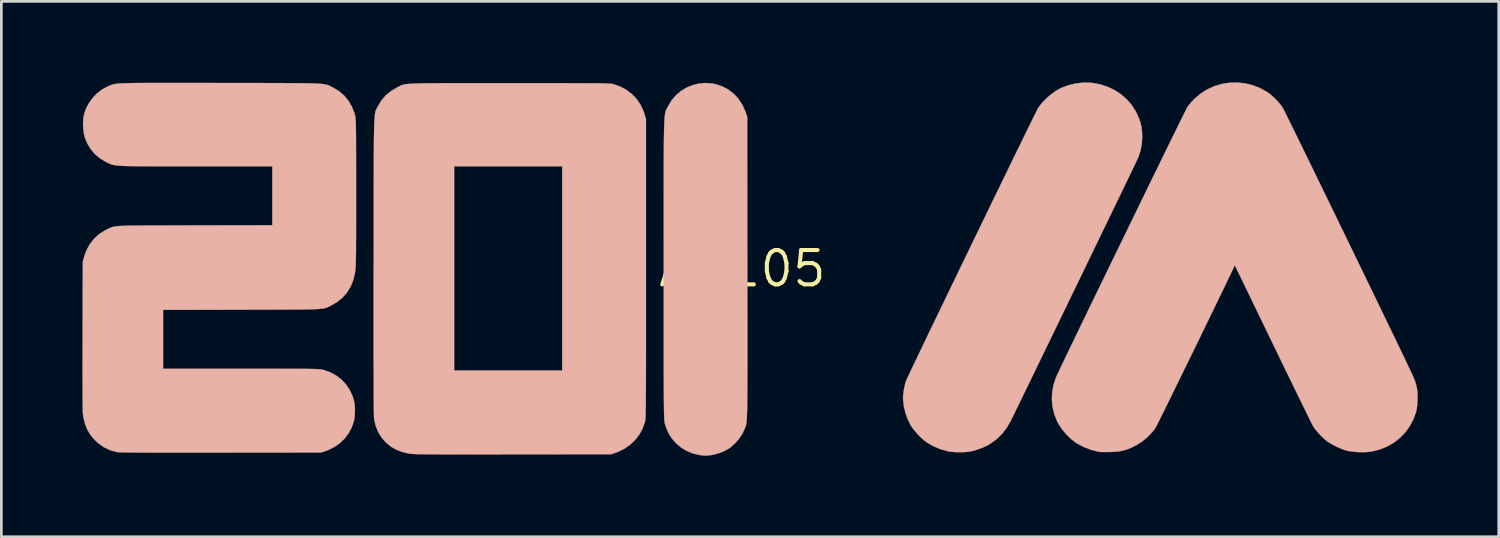
<source format=kicad_pcb>
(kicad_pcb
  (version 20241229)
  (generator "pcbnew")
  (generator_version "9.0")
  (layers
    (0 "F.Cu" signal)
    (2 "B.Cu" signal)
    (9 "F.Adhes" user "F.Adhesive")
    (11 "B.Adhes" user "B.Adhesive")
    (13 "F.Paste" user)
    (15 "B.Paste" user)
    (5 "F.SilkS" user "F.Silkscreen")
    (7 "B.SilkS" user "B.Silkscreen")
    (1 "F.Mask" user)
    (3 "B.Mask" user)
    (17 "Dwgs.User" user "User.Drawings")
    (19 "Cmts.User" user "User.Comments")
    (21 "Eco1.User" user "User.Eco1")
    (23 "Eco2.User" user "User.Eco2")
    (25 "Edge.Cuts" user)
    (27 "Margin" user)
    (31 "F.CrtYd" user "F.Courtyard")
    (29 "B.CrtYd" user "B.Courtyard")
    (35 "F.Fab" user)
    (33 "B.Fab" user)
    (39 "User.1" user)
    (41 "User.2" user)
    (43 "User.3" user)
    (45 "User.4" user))
  (footprint "AM105"
    (layer "F.Cu")
    (at 24.429 6.896)
    (property "Reference" "AM105" (at 0 0 0) (layer "F.SilkS") (effects (font (size 1.27 1.27) (thickness 0.15))))
    (attr through_hole)
    (fp_poly (pts (xy -1.121 -6.856) (xy -0.964 -6.824) (xy -0.725 -6.741) (xy -0.507 -6.622) (xy -0.313 -6.47) (xy -0.144 -6.286) (xy -0.003 -6.073) (xy 0.107 -5.832) (xy 0.13 -5.768) (xy 0.18 -5.62) (xy 0.185 -0.047) (xy 0.186 0.533) (xy 0.187 1.073) (xy 0.187 1.574) (xy 0.188 2.037) (xy 0.188 2.464) (xy 0.188 2.856) (xy 0.188 3.215) (xy 0.188 3.543) (xy 0.187 3.841) (xy 0.187 4.11) (xy 0.186 4.353) (xy 0.185 4.57) (xy 0.183 4.764) (xy 0.181 4.935) (xy 0.179 5.086) (xy 0.177 5.218) (xy 0.174 5.332) (xy 0.17 5.431) (xy 0.166 5.515) (xy 0.162 5.586) (xy 0.157 5.646) (xy 0.152 5.696) (xy 0.146 5.738) (xy 0.139 5.773) (xy 0.132 5.803) (xy 0.124 5.83) (xy 0.115 5.854) (xy 0.106 5.879) (xy 0.096 5.904) (xy 0.086 5.928) (xy -0.004 6.118) (xy -0.129 6.303) (xy -0.278 6.474) (xy -0.445 6.619) (xy -0.505 6.661) (xy -0.637 6.735) (xy -0.795 6.803) (xy -0.962 6.858) (xy -1.122 6.894) (xy -1.15 6.899) (xy -1.263 6.912) (xy -1.353 6.918) (xy -1.44 6.915) (xy -1.542 6.903) (xy -1.576 6.898) (xy -1.822 6.842) (xy -2.052 6.749) (xy -2.263 6.623) (xy -2.45 6.466) (xy -2.61 6.283) (xy -2.74 6.076) (xy -2.836 5.848) (xy -2.872 5.721) (xy -2.876 5.703) (xy -2.879 5.682) (xy -2.883 5.657) (xy -2.886 5.627) (xy -2.889 5.59) (xy -2.892 5.544) (xy -2.894 5.488) (xy -2.896 5.42) (xy -2.898 5.339) (xy -2.9 5.243) (xy -2.902 5.131) (xy -2.903 5.001) (xy -2.905 4.851) (xy -2.906 4.68) (xy -2.907 4.487) (xy -2.907 4.27) (xy -2.908 4.026) (xy -2.909 3.756) (xy -2.909 3.457) (xy -2.91 3.127) (xy -2.91 2.766) (xy -2.91 2.371) (xy -2.91 1.94) (xy -2.91 1.474) (xy -2.91 0.969) (xy -2.91 0.424) (xy -2.91 0.021) (xy -2.91 -0.561) (xy -2.911 -1.102) (xy -2.911 -1.604) (xy -2.911 -2.069) (xy -2.911 -2.497) (xy -2.911 -2.891) (xy -2.91 -3.252) (xy -2.91 -3.581) (xy -2.909 -3.88) (xy -2.908 -4.151) (xy -2.907 -4.395) (xy -2.905 -4.614) (xy -2.903 -4.809) (xy -2.9 -4.982) (xy -2.897 -5.134) (xy -2.893 -5.267) (xy -2.889 -5.382) (xy -2.884 -5.482) (xy -2.879 -5.567) (xy -2.872 -5.639) (xy -2.865 -5.7) (xy -2.857 -5.751) (xy -2.848 -5.794) (xy -2.839 -5.831) (xy -2.828 -5.862) (xy -2.816 -5.889) (xy -2.804 -5.914) (xy -2.79 -5.939) (xy -2.775 -5.965) (xy -2.759 -5.994) (xy -2.742 -6.027) (xy -2.74 -6.031) (xy -2.612 -6.241) (xy -2.454 -6.424) (xy -2.27 -6.579) (xy -2.065 -6.703) (xy -1.844 -6.795) (xy -1.609 -6.852) (xy -1.367 -6.873) (xy -1.121 -6.856)) (stroke (width 0.01) (type solid)) (fill yes) (layer "B.SilkS"))
    (fp_poly (pts (xy 12.874 -6.886) (xy 12.937 -6.88) (xy 13.236 -6.826) (xy 13.517 -6.736) (xy 13.778 -6.612) (xy 14.016 -6.457) (xy 14.229 -6.271) (xy 14.413 -6.059) (xy 14.566 -5.821) (xy 14.667 -5.606) (xy 14.73 -5.429) (xy 14.771 -5.26) (xy 14.794 -5.082) (xy 14.801 -4.881) (xy 14.801 -4.868) (xy 14.787 -4.619) (xy 14.744 -4.387) (xy 14.669 -4.158) (xy 14.61 -4.022) (xy 14.587 -3.971) (xy 14.545 -3.885) (xy 14.488 -3.766) (xy 14.416 -3.616) (xy 14.329 -3.436) (xy 14.229 -3.229) (xy 14.117 -2.997) (xy 13.994 -2.741) (xy 13.86 -2.465) (xy 13.717 -2.169) (xy 13.566 -1.856) (xy 13.407 -1.528) (xy 13.242 -1.188) (xy 13.072 -0.836) (xy 12.897 -0.475) (xy 12.719 -0.107) (xy 12.539 0.266) (xy 12.357 0.642) (xy 12.174 1.019) (xy 11.992 1.394) (xy 11.812 1.767) (xy 11.634 2.134) (xy 11.459 2.494) (xy 11.289 2.845) (xy 11.125 3.185) (xy 10.966 3.511) (xy 10.815 3.822) (xy 10.673 4.116) (xy 10.54 4.39) (xy 10.417 4.643) (xy 10.305 4.873) (xy 10.206 5.077) (xy 10.12 5.254) (xy 10.048 5.401) (xy 9.991 5.517) (xy 9.951 5.599) (xy 9.928 5.646) (xy 9.925 5.652) (xy 9.774 5.907) (xy 9.601 6.127) (xy 9.402 6.317) (xy 9.174 6.481) (xy 9.105 6.522) (xy 8.971 6.59) (xy 8.813 6.655) (xy 8.647 6.712) (xy 8.49 6.755) (xy 8.403 6.772) (xy 8.293 6.784) (xy 8.159 6.791) (xy 8.013 6.792) (xy 7.868 6.788) (xy 7.738 6.778) (xy 7.634 6.764) (xy 7.622 6.762) (xy 7.333 6.681) (xy 7.067 6.569) (xy 6.826 6.429) (xy 6.711 6.34) (xy 6.585 6.226) (xy 6.461 6.096) (xy 6.348 5.962) (xy 6.256 5.836) (xy 6.236 5.804) (xy 6.128 5.59) (xy 6.041 5.354) (xy 5.981 5.11) (xy 5.951 4.87) (xy 5.948 4.774) (xy 5.954 4.665) (xy 5.972 4.532) (xy 5.997 4.39) (xy 6.029 4.255) (xy 6.056 4.162) (xy 6.07 4.13) (xy 6.101 4.061) (xy 6.149 3.959) (xy 6.212 3.824) (xy 6.291 3.659) (xy 6.383 3.466) (xy 6.488 3.246) (xy 6.605 3.002) (xy 6.732 2.736) (xy 6.87 2.449) (xy 7.017 2.144) (xy 7.172 1.822) (xy 7.334 1.486) (xy 7.502 1.137) (xy 7.676 0.777) (xy 7.854 0.409) (xy 8.035 0.034) (xy 8.219 -0.346) (xy 8.404 -0.728) (xy 8.589 -1.112) (xy 8.775 -1.494) (xy 8.959 -1.874) (xy 9.14 -2.248) (xy 9.318 -2.616) (xy 9.493 -2.974) (xy 9.662 -3.322) (xy 9.824 -3.657) (xy 9.98 -3.977) (xy 10.128 -4.281) (xy 10.267 -4.565) (xy 10.396 -4.83) (xy 10.514 -5.071) (xy 10.621 -5.288) (xy 10.714 -5.479) (xy 10.794 -5.641) (xy 10.86 -5.772) (xy 10.91 -5.872) (xy 10.943 -5.937) (xy 10.959 -5.965) (xy 11.087 -6.133) (xy 11.244 -6.297) (xy 11.421 -6.45) (xy 11.606 -6.583) (xy 11.789 -6.685) (xy 11.82 -6.7) (xy 12.075 -6.793) (xy 12.343 -6.857) (xy 12.613 -6.888) (xy 12.874 -6.886)) (stroke (width 0.01) (type solid)) (fill yes) (layer "B.SilkS"))
    (fp_poly (pts (xy -9.698 -6.869) (xy -9.282 -6.869) (xy -8.827 -6.869) (xy -8.615 -6.869) (xy -8.149 -6.869) (xy -7.723 -6.869) (xy -7.336 -6.868) (xy -6.986 -6.868) (xy -6.67 -6.868) (xy -6.387 -6.867) (xy -6.135 -6.867) (xy -5.912 -6.866) (xy -5.716 -6.865) (xy -5.545 -6.864) (xy -5.397 -6.863) (xy -5.271 -6.861) (xy -5.164 -6.86) (xy -5.075 -6.857) (xy -5.001 -6.855) (xy -4.941 -6.852) (xy -4.892 -6.849) (xy -4.854 -6.846) (xy -4.823 -6.842) (xy -4.798 -6.838) (xy -4.778 -6.834) (xy -4.764 -6.83) (xy -4.51 -6.737) (xy -4.28 -6.612) (xy -4.078 -6.455) (xy -3.905 -6.27) (xy -3.763 -6.058) (xy -3.654 -5.821) (xy -3.615 -5.703) (xy -3.567 -5.535) (xy -3.567 -0.011) (xy -3.567 0.562) (xy -3.567 1.094) (xy -3.567 1.587) (xy -3.567 2.042) (xy -3.567 2.461) (xy -3.567 2.845) (xy -3.568 3.196) (xy -3.568 3.516) (xy -3.569 3.806) (xy -3.569 4.067) (xy -3.57 4.302) (xy -3.571 4.511) (xy -3.572 4.697) (xy -3.573 4.86) (xy -3.574 5.003) (xy -3.576 5.127) (xy -3.577 5.233) (xy -3.579 5.323) (xy -3.581 5.399) (xy -3.584 5.461) (xy -3.586 5.513) (xy -3.589 5.555) (xy -3.592 5.588) (xy -3.595 5.615) (xy -3.599 5.636) (xy -3.603 5.654) (xy -3.604 5.662) (xy -3.688 5.906) (xy -3.808 6.13) (xy -3.961 6.332) (xy -4.146 6.509) (xy -4.358 6.658) (xy -4.597 6.777) (xy -4.71 6.819) (xy -4.858 6.869) (xy -8.52 6.872) (xy -8.982 6.873) (xy -9.404 6.873) (xy -9.787 6.873) (xy -10.134 6.874) (xy -10.447 6.874) (xy -10.727 6.873) (xy -10.977 6.873) (xy -11.198 6.873) (xy -11.392 6.872) (xy -11.561 6.871) (xy -11.708 6.87) (xy -11.834 6.868) (xy -11.942 6.867) (xy -12.032 6.865) (xy -12.108 6.862) (xy -12.17 6.859) (xy -12.222 6.856) (xy -12.265 6.853) (xy -12.301 6.849) (xy -12.331 6.845) (xy -12.359 6.84) (xy -12.381 6.836) (xy -12.605 6.779) (xy -12.802 6.703) (xy -12.982 6.603) (xy -13.001 6.59) (xy -13.188 6.441) (xy -13.346 6.263) (xy -13.474 6.059) (xy -13.568 5.835) (xy -13.626 5.594) (xy -13.632 5.552) (xy -13.635 5.51) (xy -13.637 5.427) (xy -13.64 5.301) (xy -13.642 5.133) (xy -13.643 4.922) (xy -13.645 4.67) (xy -13.646 4.376) (xy -13.647 4.039) (xy -13.648 3.66) (xy -13.649 3.24) (xy -13.649 2.776) (xy -13.649 2.271) (xy -13.649 1.723) (xy -13.649 1.133) (xy -13.649 0.501) (xy -13.648 -0.106) (xy -13.647 -0.682) (xy -13.647 -1.218) (xy -13.646 -1.714) (xy -13.646 -2.172) (xy -13.646 -2.595) (xy -13.645 -2.983) (xy -13.644 -3.338) (xy -13.644 -3.662) (xy -13.643 -3.789) (xy -10.668 -3.789) (xy -10.668 3.768) (xy -6.668 3.768) (xy -6.668 -3.789) (xy -10.668 -3.789) (xy -13.643 -3.789) (xy -13.643 -3.955) (xy -13.642 -4.221) (xy -13.64 -4.46) (xy -13.638 -4.673) (xy -13.636 -4.863) (xy -13.633 -5.031) (xy -13.63 -5.178) (xy -13.627 -5.307) (xy -13.623 -5.418) (xy -13.618 -5.513) (xy -13.613 -5.594) (xy -13.606 -5.663) (xy -13.6 -5.72) (xy -13.592 -5.768) (xy -13.584 -5.807) (xy -13.575 -5.841) (xy -13.565 -5.869) (xy -13.554 -5.894) (xy -13.542 -5.917) (xy -13.529 -5.94) (xy -13.515 -5.964) (xy -13.5 -5.992) (xy -13.484 -6.022) (xy -13.357 -6.234) (xy -13.198 -6.419) (xy -13.006 -6.576) (xy -12.795 -6.7) (xy -12.755 -6.721) (xy -12.719 -6.74) (xy -12.687 -6.757) (xy -12.655 -6.773) (xy -12.623 -6.787) (xy -12.588 -6.8) (xy -12.549 -6.811) (xy -12.502 -6.821) (xy -12.448 -6.83) (xy -12.382 -6.838) (xy -12.305 -6.844) (xy -12.213 -6.85) (xy -12.104 -6.854) (xy -11.978 -6.858) (xy -11.831 -6.861) (xy -11.662 -6.864) (xy -11.469 -6.866) (xy -11.25 -6.867) (xy -11.003 -6.868) (xy -10.727 -6.869) (xy -10.418 -6.869) (xy -10.076 -6.869) (xy -9.698 -6.869)) (stroke (width 0.01) (type solid)) (fill yes) (layer "B.SilkS"))
    (fp_poly (pts (xy 18.602 -6.861) (xy 18.882 -6.794) (xy 19.154 -6.688) (xy 19.415 -6.545) (xy 19.455 -6.519) (xy 19.573 -6.429) (xy 19.699 -6.314) (xy 19.822 -6.187) (xy 19.93 -6.06) (xy 19.997 -5.968) (xy 20.013 -5.938) (xy 20.047 -5.872) (xy 20.097 -5.772) (xy 20.162 -5.64) (xy 20.242 -5.478) (xy 20.336 -5.287) (xy 20.443 -5.07) (xy 20.561 -4.829) (xy 20.69 -4.565) (xy 20.829 -4.281) (xy 20.977 -3.978) (xy 21.132 -3.659) (xy 21.295 -3.325) (xy 21.463 -2.979) (xy 21.637 -2.622) (xy 21.815 -2.256) (xy 21.996 -1.884) (xy 22.179 -1.506) (xy 22.364 -1.127) (xy 22.548 -0.746) (xy 22.732 -0.367) (xy 22.915 0.01) (xy 23.095 0.381) (xy 23.271 0.745) (xy 23.443 1.1) (xy 23.609 1.444) (xy 23.769 1.776) (xy 23.922 2.092) (xy 24.067 2.391) (xy 24.202 2.672) (xy 24.327 2.931) (xy 24.441 3.168) (xy 24.542 3.381) (xy 24.631 3.566) (xy 24.706 3.723) (xy 24.766 3.849) (xy 24.809 3.943) (xy 24.836 4.002) (xy 24.84 4.011) (xy 24.909 4.188) (xy 24.956 4.351) (xy 24.984 4.516) (xy 24.994 4.696) (xy 24.992 4.866) (xy 24.982 5.036) (xy 24.966 5.172) (xy 24.943 5.285) (xy 24.936 5.309) (xy 24.835 5.586) (xy 24.698 5.84) (xy 24.53 6.069) (xy 24.332 6.271) (xy 24.107 6.445) (xy 23.856 6.587) (xy 23.584 6.695) (xy 23.311 6.764) (xy 23.158 6.784) (xy 22.981 6.792) (xy 22.794 6.789) (xy 22.611 6.775) (xy 22.447 6.751) (xy 22.363 6.732) (xy 22.221 6.686) (xy 22.064 6.621) (xy 21.904 6.544) (xy 21.757 6.462) (xy 21.638 6.383) (xy 21.528 6.291) (xy 21.411 6.178) (xy 21.299 6.057) (xy 21.201 5.937) (xy 21.133 5.839) (xy 21.115 5.806) (xy 21.08 5.736) (xy 21.028 5.633) (xy 20.962 5.499) (xy 20.881 5.334) (xy 20.787 5.143) (xy 20.681 4.927) (xy 20.564 4.688) (xy 20.437 4.428) (xy 20.302 4.15) (xy 20.158 3.855) (xy 20.008 3.547) (xy 19.853 3.226) (xy 19.693 2.896) (xy 19.642 2.791) (xy 18.229 -0.13) (xy 18.176 -0.017) (xy 18.127 0.087) (xy 18.064 0.221) (xy 17.986 0.382) (xy 17.897 0.568) (xy 17.796 0.777) (xy 17.686 1.005) (xy 17.567 1.251) (xy 17.441 1.511) (xy 17.309 1.784) (xy 17.171 2.066) (xy 17.031 2.355) (xy 16.888 2.649) (xy 16.744 2.944) (xy 16.6 3.24) (xy 16.457 3.532) (xy 16.317 3.818) (xy 16.181 4.096) (xy 16.05 4.363) (xy 15.926 4.617) (xy 15.809 4.856) (xy 15.701 5.075) (xy 15.603 5.274) (xy 15.516 5.449) (xy 15.442 5.599) (xy 15.382 5.719) (xy 15.337 5.809) (xy 15.308 5.865) (xy 15.298 5.883) (xy 15.161 6.063) (xy 14.991 6.237) (xy 14.798 6.395) (xy 14.594 6.529) (xy 14.399 6.626) (xy 14.247 6.685) (xy 14.11 6.727) (xy 13.973 6.756) (xy 13.825 6.774) (xy 13.652 6.783) (xy 13.589 6.785) (xy 13.471 6.786) (xy 13.365 6.786) (xy 13.279 6.785) (xy 13.223 6.782) (xy 13.208 6.781) (xy 12.913 6.706) (xy 12.641 6.602) (xy 12.396 6.473) (xy 12.347 6.442) (xy 12.17 6.306) (xy 11.998 6.139) (xy 11.842 5.954) (xy 11.711 5.76) (xy 11.658 5.662) (xy 11.552 5.403) (xy 11.485 5.132) (xy 11.457 4.854) (xy 11.469 4.573) (xy 11.52 4.296) (xy 11.61 4.025) (xy 11.628 3.984) (xy 11.654 3.926) (xy 11.697 3.834) (xy 11.757 3.709) (xy 11.831 3.553) (xy 11.919 3.369) (xy 12.02 3.158) (xy 12.134 2.922) (xy 12.259 2.664) (xy 12.393 2.384) (xy 12.538 2.086) (xy 12.69 1.771) (xy 12.85 1.441) (xy 13.016 1.097) (xy 13.188 0.743) (xy 13.364 0.38) (xy 13.544 0.009) (xy 13.727 -0.367) (xy 13.911 -0.746) (xy 14.096 -1.126) (xy 14.28 -1.505) (xy 14.464 -1.882) (xy 14.645 -2.255) (xy 14.823 -2.621) (xy 14.997 -2.978) (xy 15.166 -3.325) (xy 15.33 -3.659) (xy 15.486 -3.979) (xy 15.634 -4.283) (xy 15.774 -4.568) (xy 15.904 -4.834) (xy 16.023 -5.077) (xy 16.131 -5.295) (xy 16.226 -5.488) (xy 16.307 -5.653) (xy 16.374 -5.787) (xy 16.426 -5.89) (xy 16.461 -5.959) (xy 16.478 -5.992) (xy 16.479 -5.993) (xy 16.537 -6.069) (xy 16.614 -6.16) (xy 16.699 -6.251) (xy 16.75 -6.302) (xy 16.975 -6.49) (xy 17.22 -6.643) (xy 17.481 -6.76) (xy 17.754 -6.84) (xy 18.034 -6.884) (xy 18.318 -6.891) (xy 18.602 -6.861)) (stroke (width 0.01) (type solid)) (fill yes) (layer "B.SilkS"))
    (fp_poly (pts (xy -21.125 -6.877) (xy -20.783 -6.877) (xy -20.406 -6.876) (xy -19.991 -6.876) (xy -19.537 -6.875) (xy -19.293 -6.874) (xy -18.822 -6.874) (xy -18.392 -6.873) (xy -18 -6.873) (xy -17.644 -6.872) (xy -17.323 -6.871) (xy -17.034 -6.87) (xy -16.777 -6.869) (xy -16.548 -6.868) (xy -16.345 -6.866) (xy -16.168 -6.864) (xy -16.013 -6.861) (xy -15.88 -6.857) (xy -15.765 -6.852) (xy -15.667 -6.847) (xy -15.585 -6.841) (xy -15.515 -6.834) (xy -15.457 -6.825) (xy -15.409 -6.816) (xy -15.367 -6.805) (xy -15.331 -6.793) (xy -15.298 -6.78) (xy -15.267 -6.765) (xy -15.235 -6.748) (xy -15.201 -6.73) (xy -15.163 -6.71) (xy -15.145 -6.701) (xy -14.932 -6.573) (xy -14.746 -6.414) (xy -14.587 -6.224) (xy -14.458 -6.006) (xy -14.361 -5.763) (xy -14.338 -5.683) (xy -14.332 -5.66) (xy -14.327 -5.635) (xy -14.322 -5.606) (xy -14.318 -5.569) (xy -14.315 -5.524) (xy -14.311 -5.468) (xy -14.309 -5.398) (xy -14.306 -5.312) (xy -14.304 -5.209) (xy -14.303 -5.085) (xy -14.301 -4.938) (xy -14.3 -4.767) (xy -14.3 -4.569) (xy -14.299 -4.341) (xy -14.299 -4.081) (xy -14.298 -3.788) (xy -14.298 -3.458) (xy -14.298 -3.09) (xy -14.298 -2.805) (xy -14.298 -2.406) (xy -14.298 -2.048) (xy -14.298 -1.728) (xy -14.299 -1.443) (xy -14.299 -1.191) (xy -14.3 -0.97) (xy -14.301 -0.777) (xy -14.302 -0.611) (xy -14.304 -0.468) (xy -14.306 -0.347) (xy -14.308 -0.245) (xy -14.31 -0.16) (xy -14.313 -0.09) (xy -14.317 -0.032) (xy -14.32 0.016) (xy -14.325 0.056) (xy -14.33 0.091) (xy -14.335 0.122) (xy -14.336 0.127) (xy -14.369 0.285) (xy -14.403 0.415) (xy -14.444 0.532) (xy -14.496 0.648) (xy -14.512 0.681) (xy -14.636 0.883) (xy -14.795 1.064) (xy -14.984 1.222) (xy -15.198 1.35) (xy -15.208 1.355) (xy -15.252 1.377) (xy -15.29 1.396) (xy -15.325 1.414) (xy -15.36 1.429) (xy -15.397 1.443) (xy -15.438 1.456) (xy -15.485 1.466) (xy -15.54 1.476) (xy -15.606 1.484) (xy -15.685 1.491) (xy -15.779 1.496) (xy -15.89 1.501) (xy -16.02 1.505) (xy -16.173 1.508) (xy -16.349 1.511) (xy -16.552 1.512) (xy -16.783 1.514) (xy -17.044 1.515) (xy -17.339 1.516) (xy -17.669 1.517) (xy -18.036 1.517) (xy -18.442 1.518) (xy -18.547 1.519) (xy -21.442 1.525) (xy -21.442 3.704) (xy -18.556 3.704) (xy -18.148 3.704) (xy -17.781 3.704) (xy -17.451 3.704) (xy -17.157 3.705) (xy -16.897 3.705) (xy -16.667 3.706) (xy -16.467 3.706) (xy -16.294 3.707) (xy -16.145 3.709) (xy -16.018 3.71) (xy -15.912 3.712) (xy -15.824 3.714) (xy -15.751 3.717) (xy -15.692 3.72) (xy -15.644 3.723) (xy -15.606 3.727) (xy -15.574 3.732) (xy -15.547 3.737) (xy -15.522 3.742) (xy -15.504 3.747) (xy -15.263 3.829) (xy -15.043 3.948) (xy -14.846 4.098) (xy -14.676 4.279) (xy -14.536 4.485) (xy -14.428 4.716) (xy -14.379 4.868) (xy -14.355 4.995) (xy -14.342 5.148) (xy -14.341 5.312) (xy -14.351 5.472) (xy -14.372 5.613) (xy -14.38 5.647) (xy -14.461 5.882) (xy -14.579 6.099) (xy -14.731 6.296) (xy -14.912 6.467) (xy -15.12 6.61) (xy -15.352 6.722) (xy -15.42 6.747) (xy -15.589 6.805) (xy -19.315 6.809) (xy -19.792 6.809) (xy -20.23 6.81) (xy -20.628 6.81) (xy -20.99 6.81) (xy -21.316 6.81) (xy -21.609 6.809) (xy -21.87 6.809) (xy -22.101 6.808) (xy -22.304 6.807) (xy -22.481 6.806) (xy -22.633 6.804) (xy -22.763 6.802) (xy -22.872 6.8) (xy -22.961 6.798) (xy -23.033 6.796) (xy -23.09 6.793) (xy -23.132 6.79) (xy -23.163 6.786) (xy -23.177 6.783) (xy -23.42 6.712) (xy -23.642 6.603) (xy -23.846 6.457) (xy -23.961 6.351) (xy -24.118 6.17) (xy -24.239 5.975) (xy -24.328 5.762) (xy -24.387 5.525) (xy -24.407 5.391) (xy -24.41 5.339) (xy -24.414 5.249) (xy -24.417 5.123) (xy -24.419 4.959) (xy -24.421 4.756) (xy -24.422 4.515) (xy -24.423 4.234) (xy -24.424 3.914) (xy -24.424 3.553) (xy -24.423 3.151) (xy -24.422 2.708) (xy -24.422 2.466) (xy -24.414 -0.265) (xy -24.367 -0.433) (xy -24.277 -0.683) (xy -24.154 -0.908) (xy -24 -1.106) (xy -23.816 -1.275) (xy -23.602 -1.414) (xy -23.527 -1.452) (xy -23.485 -1.472) (xy -23.449 -1.491) (xy -23.415 -1.507) (xy -23.381 -1.522) (xy -23.346 -1.535) (xy -23.306 -1.546) (xy -23.261 -1.556) (xy -23.206 -1.565) (xy -23.141 -1.572) (xy -23.063 -1.579) (xy -22.97 -1.584) (xy -22.859 -1.588) (xy -22.728 -1.592) (xy -22.576 -1.595) (xy -22.399 -1.597) (xy -22.196 -1.598) (xy -21.963 -1.6) (xy -21.7 -1.601) (xy -21.404 -1.601) (xy -21.073 -1.602) (xy -20.703 -1.603) (xy -20.294 -1.604) (xy -20.262 -1.604) (xy -17.399 -1.61) (xy -17.399 -3.789) (xy -20.215 -3.789) (xy -20.631 -3.789) (xy -21.006 -3.789) (xy -21.344 -3.789) (xy -21.646 -3.789) (xy -21.914 -3.79) (xy -22.152 -3.791) (xy -22.361 -3.792) (xy -22.543 -3.795) (xy -22.701 -3.798) (xy -22.836 -3.801) (xy -22.952 -3.806) (xy -23.05 -3.812) (xy -23.133 -3.819) (xy -23.203 -3.827) (xy -23.262 -3.837) (xy -23.312 -3.848) (xy -23.356 -3.861) (xy -23.396 -3.875) (xy -23.434 -3.892) (xy -23.472 -3.91) (xy -23.513 -3.93) (xy -23.548 -3.947) (xy -23.769 -4.077) (xy -23.961 -4.237) (xy -24.122 -4.426) (xy -24.252 -4.642) (xy -24.333 -4.837) (xy -24.373 -4.994) (xy -24.398 -5.176) (xy -24.405 -5.366) (xy -24.396 -5.549) (xy -24.374 -5.683) (xy -24.304 -5.906) (xy -24.196 -6.119) (xy -24.056 -6.315) (xy -23.889 -6.489) (xy -23.699 -6.635) (xy -23.492 -6.748) (xy -23.461 -6.761) (xy -23.425 -6.776) (xy -23.393 -6.789) (xy -23.361 -6.801) (xy -23.329 -6.812) (xy -23.294 -6.822) (xy -23.255 -6.831) (xy -23.208 -6.839) (xy -23.153 -6.846) (xy -23.088 -6.853) (xy -23.01 -6.858) (xy -22.918 -6.862) (xy -22.81 -6.866) (xy -22.683 -6.869) (xy -22.536 -6.872) (xy -22.368 -6.874) (xy -22.175 -6.875) (xy -21.956 -6.876) (xy -21.71 -6.877) (xy -21.433 -6.877) (xy -21.125 -6.877)) (stroke (width 0.01) (type solid)) (fill yes) (layer "B.SilkS")))
  (gr_rect
    (start -3 -3)
    (end 52.428 16.819)
    (stroke (width 0.1) (type default))
    (fill no)
    (layer "Edge.Cuts")))
</source>
